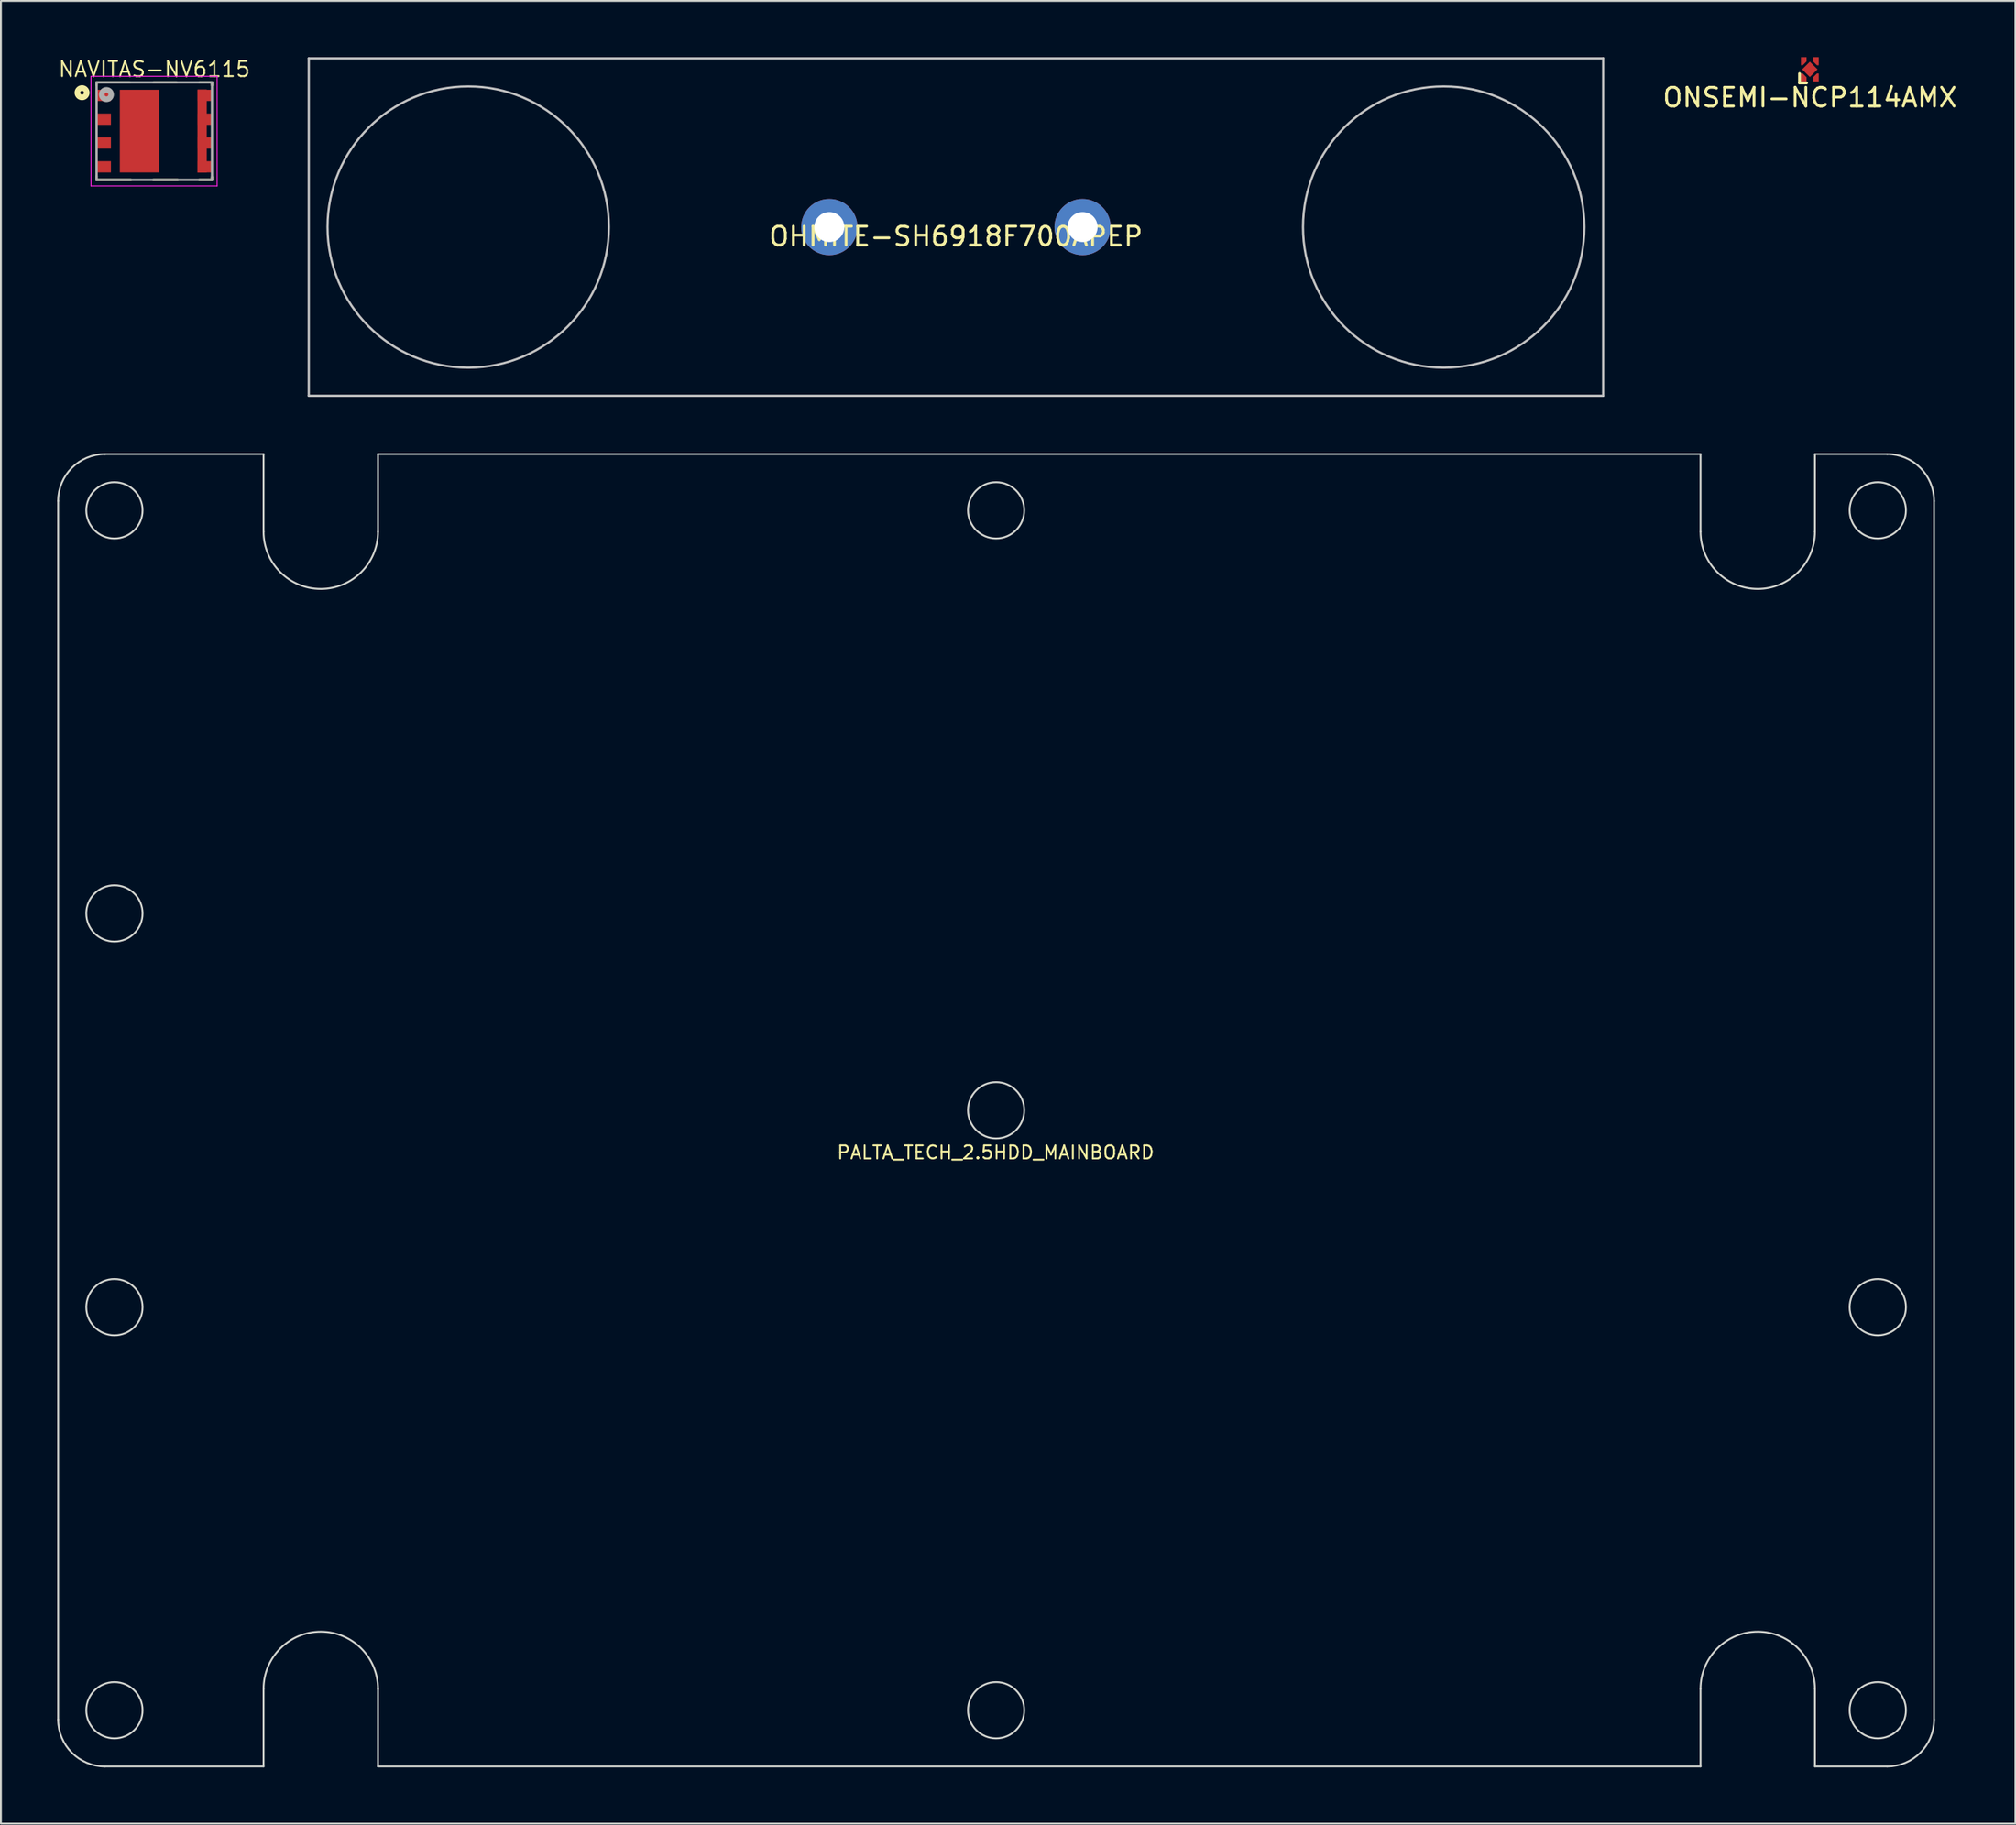
<source format=kicad_pcb>
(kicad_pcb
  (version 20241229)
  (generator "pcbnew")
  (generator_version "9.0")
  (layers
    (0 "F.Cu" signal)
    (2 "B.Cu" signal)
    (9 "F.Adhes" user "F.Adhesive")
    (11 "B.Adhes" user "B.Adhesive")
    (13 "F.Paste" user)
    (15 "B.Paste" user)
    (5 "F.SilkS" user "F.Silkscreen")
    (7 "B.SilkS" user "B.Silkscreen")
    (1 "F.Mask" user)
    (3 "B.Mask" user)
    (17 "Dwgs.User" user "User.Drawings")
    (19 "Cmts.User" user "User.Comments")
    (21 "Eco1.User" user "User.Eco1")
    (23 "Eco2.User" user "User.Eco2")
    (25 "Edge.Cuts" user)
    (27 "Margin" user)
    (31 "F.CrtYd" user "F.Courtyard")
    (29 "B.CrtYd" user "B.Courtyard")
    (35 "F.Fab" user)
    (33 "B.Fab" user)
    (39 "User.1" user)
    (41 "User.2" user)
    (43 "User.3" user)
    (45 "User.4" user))
  (footprint "OHMITE-SH6918F700APEP"
    (layer "F.Cu")
    (at 47.91 9.06)
    (property "Reference" "OHMITE-SH6918F700APEP" (at 0 0.5 0) (layer "F.SilkS") (effects (font (size 1 1) (thickness 0.15))))
    (attr through_hole)
    (fp_line (start -34.5 -9) (end -34.5 9) (stroke (width 0.12) (type solid)) (layer "Dwgs.User"))
    (fp_line (start -34.5 9) (end 34.5 9) (stroke (width 0.12) (type solid)) (layer "Dwgs.User"))
    (fp_line (start 34.5 -9) (end -34.5 -9) (stroke (width 0.12) (type solid)) (layer "Dwgs.User"))
    (fp_line (start 34.5 9) (end 34.5 -9) (stroke (width 0.12) (type solid)) (layer "Dwgs.User"))
    (fp_circle (center -26 0) (end -18.5 0) (stroke (width 0.12) (type solid)) (fill no) (layer "Dwgs.User"))
    (fp_circle (center 26 0) (end 33.5 0) (stroke (width 0.12) (type solid)) (fill no) (layer "Dwgs.User"))
    (pad "1" thru_hole circle (at -6.75 0) (size 3 3) (drill 1.6) (layers "*.Cu" "*.Mask"))
    (pad "2" thru_hole circle (at 6.75 0) (size 3 3) (drill 1.6) (layers "*.Cu" "*.Mask")))
  (footprint "PALTA_TECH_2.5HDD_MAINBOARD"
    (layer "F.Cu")
    (at 50.05 56.17)
    (property "Reference" "PALTA_TECH_2.5HDD_MAINBOARD" (at -0.025 2.25 0) (layer "F.SilkS") (effects (font (size 0.7 0.7) (thickness 0.1))))
    (attr through_hole)
    (fp_line (start -50 32.5) (end -50 -32.5) (stroke (width 0.1) (type solid)) (layer "Edge.Cuts"))
    (fp_line (start -47.5 -35) (end -39.05 -35) (stroke (width 0.1) (type solid)) (layer "Edge.Cuts"))
    (fp_line (start -39.05 -35) (end -39.05 -30.86) (stroke (width 0.1) (type solid)) (layer "Edge.Cuts"))
    (fp_line (start -39.05 30.86) (end -39.05 35) (stroke (width 0.1) (type solid)) (layer "Edge.Cuts"))
    (fp_line (start -39.05 35) (end -47.5 35) (stroke (width 0.1) (type solid)) (layer "Edge.Cuts"))
    (fp_line (start -32.95 -35) (end 37.55 -35) (stroke (width 0.1) (type solid)) (layer "Edge.Cuts"))
    (fp_line (start -32.95 -30.86) (end -32.95 -35) (stroke (width 0.1) (type solid)) (layer "Edge.Cuts"))
    (fp_line (start -32.95 35) (end -32.95 30.86) (stroke (width 0.1) (type solid)) (layer "Edge.Cuts"))
    (fp_line (start 37.55 -35) (end 37.55 -30.86) (stroke (width 0.1) (type solid)) (layer "Edge.Cuts"))
    (fp_line (start 37.55 30.86) (end 37.55 35) (stroke (width 0.1) (type solid)) (layer "Edge.Cuts"))
    (fp_line (start 37.55 35) (end -32.95 35) (stroke (width 0.1) (type solid)) (layer "Edge.Cuts"))
    (fp_line (start 43.65 -35) (end 47.5 -35) (stroke (width 0.1) (type solid)) (layer "Edge.Cuts"))
    (fp_line (start 43.65 -30.86) (end 43.65 -35) (stroke (width 0.1) (type solid)) (layer "Edge.Cuts"))
    (fp_line (start 43.65 35) (end 43.65 30.86) (stroke (width 0.1) (type solid)) (layer "Edge.Cuts"))
    (fp_line (start 47.5 35) (end 43.65 35) (stroke (width 0.1) (type solid)) (layer "Edge.Cuts"))
    (fp_line (start 50 -32.5) (end 50 32.5) (stroke (width 0.1) (type solid)) (layer "Edge.Cuts"))
    (fp_arc (start -50 -32.5) (mid -49.267767 -34.267767) (end -47.5 -35) (stroke (width 0.1) (type solid)) (layer "Edge.Cuts"))
    (fp_arc (start -47.5 35) (mid -49.267771 34.267763) (end -50 32.499988) (stroke (width 0.1) (type solid)) (layer "Edge.Cuts"))
    (fp_arc (start -39.05 30.86) (mid -36 27.81) (end -32.95 30.86) (stroke (width 0.1) (type solid)) (layer "Edge.Cuts"))
    (fp_arc (start -32.95 -30.86) (mid -36 -27.81) (end -39.05 -30.86) (stroke (width 0.1) (type solid)) (layer "Edge.Cuts"))
    (fp_arc (start 37.55 30.86) (mid 40.6 27.81) (end 43.65 30.86) (stroke (width 0.1) (type solid)) (layer "Edge.Cuts"))
    (fp_arc (start 43.65 -30.86) (mid 40.6 -27.81) (end 37.55 -30.86) (stroke (width 0.1) (type solid)) (layer "Edge.Cuts"))
    (fp_arc (start 47.5 -35) (mid 49.267767 -34.267767) (end 50 -32.5) (stroke (width 0.1) (type solid)) (layer "Edge.Cuts"))
    (fp_arc (start 50 32.5) (mid 49.267767 34.267767) (end 47.5 35) (stroke (width 0.1) (type solid)) (layer "Edge.Cuts"))
    (fp_circle (center -47 -32) (end -45.5 -32) (stroke (width 0.1) (type solid)) (fill no) (layer "Edge.Cuts"))
    (fp_circle (center -47 -10.5) (end -45.5 -10.5) (stroke (width 0.1) (type solid)) (fill no) (layer "Edge.Cuts"))
    (fp_circle (center -47 10.5) (end -45.5 10.5) (stroke (width 0.1) (type solid)) (fill no) (layer "Edge.Cuts"))
    (fp_circle (center -47 32) (end -45.5 32) (stroke (width 0.1) (type solid)) (fill no) (layer "Edge.Cuts"))
    (fp_circle (center 0 -32) (end 1.5 -32) (stroke (width 0.1) (type solid)) (fill no) (layer "Edge.Cuts"))
    (fp_circle (center 0 0) (end 1.5 0) (stroke (width 0.1) (type solid)) (fill no) (layer "Edge.Cuts"))
    (fp_circle (center 0 32) (end 1.5 32) (stroke (width 0.1) (type solid)) (fill no) (layer "Edge.Cuts"))
    (fp_circle (center 47 -32) (end 48.5 -32) (stroke (width 0.1) (type solid)) (fill no) (layer "Edge.Cuts"))
    (fp_circle (center 47 10.5) (end 48.5 10.5) (stroke (width 0.1) (type solid)) (fill no) (layer "Edge.Cuts"))
    (fp_circle (center 47 32) (end 48.5 32) (stroke (width 0.1) (type solid)) (fill no) (layer "Edge.Cuts")))
  (footprint "ONSEMI-NCP114AMX"
    (layer "F.Cu")
    (at 93.428 0.65)
    (property "Reference" "ONSEMI-NCP114AMX" (at 0 1.5 0) (layer "F.SilkS") (effects (font (size 1 1) (thickness 0.15))))
    (attr through_hole)
    (fp_line (start -0.55 0.725) (end -0.55 0.225) (stroke (width 0.15) (type solid)) (layer "F.SilkS"))
    (fp_line (start -0.175 0.725) (end -0.55 0.725) (stroke (width 0.15) (type solid)) (layer "F.SilkS"))
    (pad "1" smd custom (at -0.325 0.55 180) (size 0.1 0.1) (layers "F.Cu" "F.Mask" "F.Paste") (options (anchor rect)) (primitives (gr_poly (pts (xy 0.15 -0.1) (xy -0.15 -0.1) (xy -0.15 0.13) (xy 0.05 0.33) (xy 0.15 0.33)) (width 0) (fill yes))))
    (pad "2" smd custom (at 0.325 0.55 180) (size 0.1 0.1) (layers "F.Cu" "F.Mask" "F.Paste") (options (anchor rect)) (primitives (gr_poly (pts (xy -0.15 -0.1) (xy 0.15 -0.1) (xy 0.15 0.13) (xy -0.05 0.33) (xy -0.15 0.33)) (width 0) (fill yes))))
    (pad "3" smd custom (at 0.325 -0.55) (size 0.1 0.1) (layers "F.Cu" "F.Mask" "F.Paste") (options (anchor rect)) (primitives (gr_poly (pts (xy 0.15 -0.1) (xy -0.15 -0.1) (xy -0.15 0.13) (xy 0.05 0.33) (xy 0.15 0.33)) (width 0) (fill yes))))
    (pad "4" smd custom (at -0.325 -0.55) (size 0.1 0.1) (layers "F.Cu" "F.Mask" "F.Paste") (options (anchor rect)) (primitives (gr_poly (pts (xy -0.15 -0.1) (xy 0.15 -0.1) (xy 0.15 0.13) (xy -0.05 0.33) (xy -0.15 0.33)) (width 0) (fill yes))))
    (pad "5" smd custom (at 0 0 45) (size 0.58 0.58) (layers "F.Cu" "F.Mask" "F.Paste") (options (anchor rect)) (primitives)))
  (footprint "NAVITAS-NV6115"
    (layer "F.Cu")
    (at 5.175 3.943)
    (property "Reference" "NAVITAS-NV6115" (at 0 -3.3 0) (layer "F.SilkS") (effects (font (size 0.8 0.8) (thickness 0.1))))
    (attr through_hole)
    (fp_poly (pts (xy 2.79 2.21) (xy 2.31 2.21) (xy 2.31 -2.21) (xy 2.79 -2.21)) (stroke (width 0.01) (type solid)) (fill yes) (layer "F.Cu"))
    (fp_poly (pts (xy 2.79 2.21) (xy 2.31 2.21) (xy 2.31 -2.21) (xy 2.79 -2.21)) (stroke (width 0.01) (type solid)) (fill yes) (layer "F.Mask"))
    (fp_line (start -3.075 -2.6) (end -3.075 -2.45) (stroke (width 0.127) (type solid)) (layer "F.SilkS"))
    (fp_line (start -3.075 -2.6) (end -1.3 -2.6) (stroke (width 0.127) (type solid)) (layer "F.SilkS"))
    (fp_line (start -3.075 2.4) (end -3.075 2.6) (stroke (width 0.127) (type solid)) (layer "F.SilkS"))
    (fp_line (start -3.075 2.6) (end -1.25 2.6) (stroke (width 0.127) (type solid)) (layer "F.SilkS"))
    (fp_line (start -0.05 -2.6) (end 1.2 -2.6) (stroke (width 0.127) (type solid)) (layer "F.SilkS"))
    (fp_line (start 1.25 2.6) (end -0.05 2.6) (stroke (width 0.127) (type solid)) (layer "F.SilkS"))
    (fp_line (start 2.4 -2.6) (end 3.075 -2.6) (stroke (width 0.127) (type solid)) (layer "F.SilkS"))
    (fp_line (start 3.075 -2.6) (end 3.075 -2.45) (stroke (width 0.127) (type solid)) (layer "F.SilkS"))
    (fp_line (start 3.075 2.45) (end 3.075 2.6) (stroke (width 0.127) (type solid)) (layer "F.SilkS"))
    (fp_line (start 3.075 2.6) (end 2.4 2.6) (stroke (width 0.127) (type solid)) (layer "F.SilkS"))
    (fp_circle (center -3.85 -2.05) (end -3.75 -2.05) (stroke (width 0.3) (type solid)) (fill no) (layer "F.SilkS"))
    (fp_poly (pts (xy 2.79 2.21) (xy 2.31 2.21) (xy 2.31 -2.21) (xy 2.79 -2.21)) (stroke (width 0.01) (type solid)) (fill yes) (layer "F.Paste"))
    (fp_line (start -3.375 -2.925) (end 3.35 -2.925) (stroke (width 0.05) (type solid)) (layer "F.CrtYd"))
    (fp_line (start -3.375 2.925) (end -3.375 -2.925) (stroke (width 0.05) (type solid)) (layer "F.CrtYd"))
    (fp_line (start 3.35 -2.925) (end 3.35 2.925) (stroke (width 0.05) (type solid)) (layer "F.CrtYd"))
    (fp_line (start 3.35 2.925) (end -3.375 2.925) (stroke (width 0.05) (type solid)) (layer "F.CrtYd"))
    (fp_line (start -3.075 -2.6) (end 3.075 -2.6) (stroke (width 0.127) (type solid)) (layer "F.Fab"))
    (fp_line (start -3.075 2.6) (end -3.075 -2.6) (stroke (width 0.127) (type solid)) (layer "F.Fab"))
    (fp_line (start 3.075 -2.6) (end 3.075 2.6) (stroke (width 0.127) (type solid)) (layer "F.Fab"))
    (fp_line (start 3.075 2.6) (end -3.075 2.6) (stroke (width 0.127) (type solid)) (layer "F.Fab"))
    (fp_circle (center -2.55 -1.95) (end -2.45 -1.95) (stroke (width 0.3) (type solid)) (fill no) (layer "F.Fab"))
    (pad "1" smd rect (at -2.7 -1.905) (size 0.775 0.6) (layers "F.Cu" "F.Mask" "F.Paste"))
    (pad "2" smd rect (at -2.7 -0.635) (size 0.775 0.6) (layers "F.Cu" "F.Mask" "F.Paste"))
    (pad "3" smd rect (at -2.7 0.635) (size 0.775 0.6) (layers "F.Cu" "F.Mask" "F.Paste"))
    (pad "4" smd rect (at -2.7 1.905) (size 0.775 0.6) (layers "F.Cu" "F.Mask" "F.Paste"))
    (pad "5" smd rect (at 2.7 1.905) (size 0.775 0.6) (layers "F.Cu" "F.Mask" "F.Paste"))
    (pad "6" smd rect (at 2.7 0.635) (size 0.775 0.6) (layers "F.Cu" "F.Mask" "F.Paste"))
    (pad "7" smd rect (at 2.7 -0.635) (size 0.775 0.6) (layers "F.Cu" "F.Mask" "F.Paste"))
    (pad "8" smd rect (at 2.7 -1.905) (size 0.775 0.6) (layers "F.Cu" "F.Mask" "F.Paste"))
    (pad "9" smd rect (at -0.787 0) (size 2.1 4.41) (layers "F.Cu" "F.Mask" "F.Paste")))
  (gr_rect
    (start -3 -3)
    (end 104.386 94.22)
    (stroke (width 0.1) (type default))
    (fill no)
    (layer "Edge.Cuts")))
</source>
